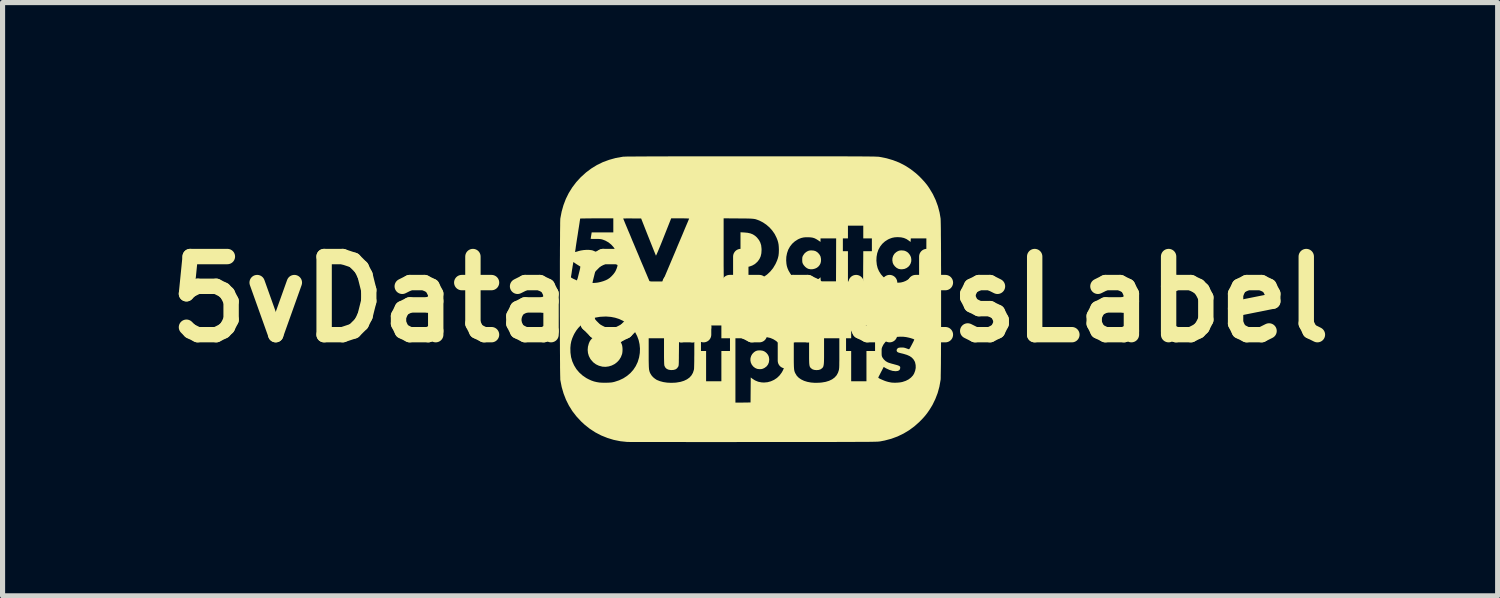
<source format=kicad_pcb>
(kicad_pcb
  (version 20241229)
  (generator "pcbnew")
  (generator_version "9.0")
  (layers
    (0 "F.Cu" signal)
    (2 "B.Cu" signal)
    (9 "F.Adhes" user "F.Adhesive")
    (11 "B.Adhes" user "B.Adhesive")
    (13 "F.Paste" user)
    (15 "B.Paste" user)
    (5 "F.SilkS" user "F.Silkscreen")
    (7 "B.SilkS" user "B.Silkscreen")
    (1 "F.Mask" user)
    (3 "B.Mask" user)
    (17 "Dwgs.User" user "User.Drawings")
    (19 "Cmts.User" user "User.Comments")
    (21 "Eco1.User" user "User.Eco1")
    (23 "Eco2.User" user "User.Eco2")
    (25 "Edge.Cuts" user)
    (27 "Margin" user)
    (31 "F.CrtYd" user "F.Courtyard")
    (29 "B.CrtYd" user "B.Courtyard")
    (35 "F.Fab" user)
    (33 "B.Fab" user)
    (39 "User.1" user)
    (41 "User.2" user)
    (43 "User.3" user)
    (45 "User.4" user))
  (footprint "5vDataOutputsLabel"
    (layer "F.Cu")
    (at 11.582 2.789)
    (property "Reference" "5vDataOutputsLabel" (at 0 0 0) (layer "F.SilkS") (effects (font (size 1.524 1.524) (thickness 0.3))))
    (attr board_only exclude_from_pos_files exclude_from_bom)
    (fp_poly (pts (xy -0.114 -1.304) (xy -0.049 -1.298) (xy 0.006 -1.286) (xy 0.054 -1.267) (xy 0.096 -1.24) (xy 0.135 -1.205) (xy 0.136 -1.203) (xy 0.173 -1.157) (xy 0.199 -1.108) (xy 0.216 -1.054) (xy 0.223 -0.992) (xy 0.224 -0.964) (xy 0.22 -0.898) (xy 0.207 -0.84) (xy 0.184 -0.789) (xy 0.152 -0.743) (xy 0.134 -0.724) (xy 0.09 -0.686) (xy 0.042 -0.659) (xy -0.011 -0.64) (xy -0.072 -0.63) (xy -0.123 -0.628) (xy -0.187 -0.628) (xy -0.187 -1.308)) (stroke (width 0) (type solid)) (fill yes) (layer "F.SilkS"))
    (fp_poly (pts (xy 3.005 -0.95) (xy 3.043 -0.936) (xy 3.078 -0.913) (xy 3.09 -0.901) (xy 3.119 -0.864) (xy 3.138 -0.824) (xy 3.145 -0.783) (xy 3.144 -0.742) (xy 3.133 -0.702) (xy 3.114 -0.666) (xy 3.087 -0.635) (xy 3.052 -0.61) (xy 3.011 -0.593) (xy 2.97 -0.587) (xy 2.935 -0.587) (xy 2.905 -0.592) (xy 2.892 -0.596) (xy 2.858 -0.614) (xy 2.826 -0.642) (xy 2.8 -0.675) (xy 2.783 -0.711) (xy 2.783 -0.713) (xy 2.775 -0.761) (xy 2.778 -0.807) (xy 2.792 -0.85) (xy 2.816 -0.889) (xy 2.85 -0.92) (xy 2.878 -0.937) (xy 2.901 -0.947) (xy 2.921 -0.952) (xy 2.945 -0.954) (xy 2.96 -0.954)) (stroke (width 0) (type solid)) (fill yes) (layer "F.SilkS"))
    (fp_poly (pts (xy 0.202 0.996) (xy 0.243 1.002) (xy 0.276 1.014) (xy 0.308 1.036) (xy 0.324 1.051) (xy 0.35 1.084) (xy 0.366 1.121) (xy 0.373 1.165) (xy 0.373 1.181) (xy 0.367 1.229) (xy 0.35 1.271) (xy 0.323 1.307) (xy 0.285 1.336) (xy 0.272 1.343) (xy 0.247 1.354) (xy 0.226 1.36) (xy 0.201 1.362) (xy 0.193 1.362) (xy 0.169 1.361) (xy 0.148 1.358) (xy 0.137 1.356) (xy 0.098 1.339) (xy 0.062 1.311) (xy 0.06 1.309) (xy 0.032 1.273) (xy 0.014 1.233) (xy 0.006 1.19) (xy 0.008 1.147) (xy 0.021 1.104) (xy 0.043 1.066) (xy 0.075 1.033) (xy 0.076 1.032) (xy 0.106 1.012) (xy 0.137 1) (xy 0.174 0.996)) (stroke (width 0) (type solid)) (fill yes) (layer "F.SilkS"))
    (fp_poly (pts (xy 1.245 -0.95) (xy 1.282 -0.938) (xy 1.315 -0.916) (xy 1.33 -0.902) (xy 1.357 -0.869) (xy 1.374 -0.836) (xy 1.382 -0.798) (xy 1.384 -0.768) (xy 1.381 -0.73) (xy 1.372 -0.698) (xy 1.356 -0.668) (xy 1.336 -0.643) (xy 1.305 -0.617) (xy 1.267 -0.599) (xy 1.225 -0.588) (xy 1.181 -0.586) (xy 1.138 -0.594) (xy 1.138 -0.594) (xy 1.107 -0.609) (xy 1.077 -0.632) (xy 1.05 -0.662) (xy 1.034 -0.686) (xy 1.025 -0.705) (xy 1.02 -0.722) (xy 1.018 -0.743) (xy 1.017 -0.771) (xy 1.017 -0.771) (xy 1.018 -0.801) (xy 1.02 -0.822) (xy 1.026 -0.839) (xy 1.031 -0.85) (xy 1.058 -0.891) (xy 1.091 -0.921) (xy 1.118 -0.937) (xy 1.141 -0.947) (xy 1.161 -0.952) (xy 1.186 -0.954) (xy 1.2 -0.954)) (stroke (width 0) (type solid)) (fill yes) (layer "F.SilkS"))
    (fp_poly (pts (xy -2.766 0.653) (xy -2.707 0.67) (xy -2.652 0.697) (xy -2.603 0.732) (xy -2.56 0.775) (xy -2.526 0.825) (xy -2.502 0.88) (xy -2.497 0.896) (xy -2.491 0.93) (xy -2.488 0.969) (xy -2.489 1.01) (xy -2.493 1.048) (xy -2.498 1.07) (xy -2.521 1.129) (xy -2.554 1.182) (xy -2.596 1.227) (xy -2.645 1.264) (xy -2.699 1.291) (xy -2.758 1.309) (xy -2.82 1.317) (xy -2.884 1.313) (xy -2.887 1.312) (xy -2.95 1.295) (xy -3.007 1.268) (xy -3.058 1.23) (xy -3.102 1.181) (xy -3.117 1.16) (xy -3.145 1.106) (xy -3.162 1.048) (xy -3.168 0.987) (xy -3.163 0.926) (xy -3.147 0.865) (xy -3.13 0.824) (xy -3.112 0.796) (xy -3.085 0.765) (xy -3.054 0.734) (xy -3.021 0.708) (xy -2.99 0.688) (xy -2.985 0.685) (xy -2.942 0.668) (xy -2.895 0.655) (xy -2.848 0.648) (xy -2.827 0.647)) (stroke (width 0) (type solid)) (fill yes) (layer "F.SilkS"))
    (fp_poly (pts (xy 0.22 -2.789) (xy 0.416 -2.789) (xy 0.6 -2.789) (xy 0.772 -2.789) (xy 0.934 -2.789) (xy 1.085 -2.789) (xy 1.226 -2.789) (xy 1.357 -2.789) (xy 1.479 -2.789) (xy 1.591 -2.789) (xy 1.695 -2.789) (xy 1.79 -2.789) (xy 1.878 -2.789) (xy 1.958 -2.788) (xy 2.031 -2.788) (xy 2.096 -2.788) (xy 2.156 -2.788) (xy 2.209 -2.787) (xy 2.257 -2.787) (xy 2.299 -2.787) (xy 2.336 -2.786) (xy 2.369 -2.786) (xy 2.397 -2.785) (xy 2.422 -2.785) (xy 2.443 -2.784) (xy 2.461 -2.783) (xy 2.476 -2.783) (xy 2.489 -2.782) (xy 2.5 -2.781) (xy 2.509 -2.781) (xy 2.517 -2.78) (xy 2.524 -2.779) (xy 2.528 -2.778) (xy 2.661 -2.752) (xy 2.787 -2.715) (xy 2.908 -2.668) (xy 3.023 -2.609) (xy 3.131 -2.54) (xy 3.235 -2.459) (xy 3.305 -2.395) (xy 3.36 -2.338) (xy 3.408 -2.285) (xy 3.452 -2.231) (xy 3.493 -2.172) (xy 3.498 -2.164) (xy 3.565 -2.053) (xy 3.62 -1.937) (xy 3.664 -1.817) (xy 3.697 -1.692) (xy 3.716 -1.58) (xy 3.717 -1.566) (xy 3.718 -1.54) (xy 3.719 -1.503) (xy 3.72 -1.456) (xy 3.721 -1.399) (xy 3.722 -1.333) (xy 3.722 -1.258) (xy 3.723 -1.176) (xy 3.724 -1.087) (xy 3.724 -0.991) (xy 3.725 -0.889) (xy 3.725 -0.783) (xy 3.725 -0.672) (xy 3.726 -0.557) (xy 3.726 -0.439) (xy 3.726 -0.319) (xy 3.726 -0.197) (xy 3.726 -0.074) (xy 3.726 0.049) (xy 3.726 0.172) (xy 3.726 0.295) (xy 3.726 0.415) (xy 3.726 0.533) (xy 3.725 0.648) (xy 3.725 0.76) (xy 3.725 0.867) (xy 3.724 0.97) (xy 3.724 1.066) (xy 3.723 1.157) (xy 3.723 1.24) (xy 3.722 1.316) (xy 3.721 1.383) (xy 3.72 1.442) (xy 3.719 1.491) (xy 3.719 1.529) (xy 3.718 1.556) (xy 3.717 1.572) (xy 3.716 1.574) (xy 3.693 1.703) (xy 3.659 1.828) (xy 3.613 1.947) (xy 3.557 2.062) (xy 3.498 2.158) (xy 3.457 2.217) (xy 3.414 2.272) (xy 3.367 2.325) (xy 3.312 2.381) (xy 3.305 2.389) (xy 3.206 2.477) (xy 3.103 2.553) (xy 2.993 2.619) (xy 2.877 2.675) (xy 2.755 2.72) (xy 2.627 2.754) (xy 2.534 2.772) (xy 2.528 2.773) (xy 2.521 2.773) (xy 2.513 2.774) (xy 2.503 2.775) (xy 2.492 2.776) (xy 2.478 2.777) (xy 2.461 2.777) (xy 2.442 2.778) (xy 2.419 2.778) (xy 2.393 2.779) (xy 2.362 2.779) (xy 2.327 2.78) (xy 2.287 2.78) (xy 2.241 2.781) (xy 2.19 2.781) (xy 2.133 2.781) (xy 2.07 2.781) (xy 2 2.782) (xy 1.923 2.782) (xy 1.838 2.782) (xy 1.746 2.782) (xy 1.645 2.783) (xy 1.536 2.783) (xy 1.418 2.783) (xy 1.29 2.783) (xy 1.153 2.783) (xy 1.005 2.783) (xy 0.847 2.783) (xy 0.678 2.783) (xy 0.498 2.783) (xy 0.307 2.783) (xy 0.103 2.783) (xy 0.05 2.783) (xy -0.123 2.783) (xy -0.293 2.784) (xy -0.46 2.784) (xy -0.622 2.784) (xy -0.78 2.784) (xy -0.934 2.784) (xy -1.082 2.784) (xy -1.225 2.784) (xy -1.361 2.783) (xy -1.491 2.783) (xy -1.615 2.783) (xy -1.73 2.783) (xy -1.839 2.783) (xy -1.938 2.783) (xy -2.03 2.783) (xy -2.112 2.783) (xy -2.185 2.783) (xy -2.247 2.783) (xy -2.3 2.783) (xy -2.342 2.783) (xy -2.372 2.782) (xy -2.391 2.782) (xy -2.398 2.782) (xy -2.53 2.768) (xy -2.659 2.742) (xy -2.783 2.704) (xy -2.903 2.656) (xy -3.018 2.596) (xy -3.126 2.526) (xy -3.228 2.445) (xy -3.296 2.382) (xy -3.387 2.284) (xy -3.466 2.182) (xy -3.534 2.073) (xy -3.563 2.015) (xy -0.286 2.015) (xy -0.138 2.014) (xy 0.009 2.012) (xy 0.011 1.768) (xy 0.013 1.524) (xy 0.044 1.548) (xy 0.097 1.582) (xy 0.157 1.607) (xy 0.221 1.62) (xy 0.271 1.623) (xy 0.34 1.617) (xy 0.406 1.599) (xy 0.468 1.571) (xy 0.525 1.533) (xy 0.574 1.486) (xy 0.616 1.43) (xy 0.637 1.393) (xy 0.658 1.347) (xy 0.672 1.306) (xy 0.681 1.267) (xy 0.685 1.223) (xy 0.686 1.179) (xy 0.686 1.139) (xy 0.684 1.108) (xy 0.679 1.08) (xy 0.673 1.055) (xy 0.671 1.051) (xy 0.852 1.051) (xy 0.852 1.124) (xy 0.852 1.185) (xy 0.853 1.237) (xy 0.854 1.28) (xy 0.855 1.315) (xy 0.857 1.343) (xy 0.859 1.367) (xy 0.862 1.386) (xy 0.866 1.403) (xy 0.871 1.418) (xy 0.877 1.433) (xy 0.884 1.446) (xy 0.911 1.491) (xy 0.949 1.53) (xy 0.997 1.563) (xy 1.053 1.59) (xy 1.117 1.61) (xy 1.188 1.623) (xy 1.265 1.629) (xy 1.347 1.627) (xy 1.396 1.623) (xy 1.474 1.61) (xy 1.542 1.589) (xy 1.6 1.561) (xy 1.648 1.526) (xy 1.687 1.483) (xy 1.715 1.432) (xy 1.732 1.38) (xy 1.734 1.368) (xy 1.736 1.353) (xy 1.738 1.334) (xy 1.739 1.31) (xy 1.74 1.279) (xy 1.74 1.24) (xy 1.741 1.193) (xy 1.741 1.135) (xy 1.741 1.067) (xy 1.741 1.05) (xy 1.741 1.008) (xy 1.872 1.008) (xy 1.972 1.008) (xy 1.972 1.598) (xy 2.27 1.598) (xy 2.27 1.528) (xy 2.5 1.528) (xy 2.506 1.534) (xy 2.52 1.543) (xy 2.542 1.554) (xy 2.569 1.566) (xy 2.597 1.578) (xy 2.626 1.59) (xy 2.652 1.599) (xy 2.669 1.604) (xy 2.698 1.612) (xy 2.728 1.618) (xy 2.753 1.623) (xy 2.788 1.626) (xy 2.831 1.627) (xy 2.877 1.625) (xy 2.922 1.621) (xy 2.962 1.614) (xy 2.974 1.611) (xy 3.037 1.59) (xy 3.092 1.562) (xy 3.139 1.526) (xy 3.177 1.485) (xy 3.199 1.449) (xy 3.22 1.394) (xy 3.231 1.339) (xy 3.23 1.284) (xy 3.219 1.231) (xy 3.209 1.207) (xy 3.185 1.168) (xy 3.153 1.135) (xy 3.112 1.107) (xy 3.06 1.084) (xy 2.998 1.065) (xy 2.979 1.06) (xy 2.949 1.053) (xy 2.921 1.046) (xy 2.899 1.039) (xy 2.888 1.036) (xy 2.868 1.022) (xy 2.859 1.004) (xy 2.86 0.983) (xy 2.873 0.962) (xy 2.88 0.955) (xy 2.89 0.948) (xy 2.905 0.944) (xy 2.927 0.941) (xy 2.944 0.94) (xy 2.975 0.94) (xy 2.999 0.942) (xy 3.023 0.948) (xy 3.042 0.954) (xy 3.065 0.963) (xy 3.084 0.969) (xy 3.096 0.974) (xy 3.097 0.974) (xy 3.103 0.972) (xy 3.111 0.963) (xy 3.122 0.945) (xy 3.137 0.918) (xy 3.155 0.884) (xy 3.171 0.853) (xy 3.185 0.826) (xy 3.195 0.804) (xy 3.201 0.79) (xy 3.203 0.785) (xy 3.197 0.78) (xy 3.182 0.773) (xy 3.158 0.765) (xy 3.13 0.756) (xy 3.098 0.748) (xy 3.066 0.741) (xy 3.041 0.736) (xy 2.988 0.73) (xy 2.931 0.729) (xy 2.873 0.732) (xy 2.821 0.74) (xy 2.793 0.746) (xy 2.731 0.769) (xy 2.68 0.797) (xy 2.638 0.834) (xy 2.604 0.878) (xy 2.589 0.906) (xy 2.579 0.927) (xy 2.572 0.944) (xy 2.568 0.959) (xy 2.566 0.977) (xy 2.566 1.001) (xy 2.566 1.029) (xy 2.566 1.062) (xy 2.567 1.085) (xy 2.569 1.102) (xy 2.573 1.115) (xy 2.579 1.129) (xy 2.582 1.135) (xy 2.609 1.173) (xy 2.645 1.206) (xy 2.684 1.229) (xy 2.702 1.236) (xy 2.729 1.245) (xy 2.762 1.255) (xy 2.797 1.264) (xy 2.811 1.268) (xy 2.852 1.279) (xy 2.883 1.288) (xy 2.904 1.297) (xy 2.918 1.306) (xy 2.926 1.316) (xy 2.929 1.328) (xy 2.929 1.335) (xy 2.924 1.363) (xy 2.91 1.383) (xy 2.885 1.396) (xy 2.85 1.401) (xy 2.839 1.402) (xy 2.781 1.396) (xy 2.721 1.378) (xy 2.66 1.35) (xy 2.633 1.335) (xy 2.607 1.318) (xy 2.554 1.42) (xy 2.537 1.453) (xy 2.522 1.482) (xy 2.51 1.505) (xy 2.503 1.522) (xy 2.5 1.528) (xy 2.27 1.528) (xy 2.27 1.008) (xy 2.438 1.008) (xy 2.438 0.759) (xy 2.27 0.759) (xy 2.27 0.51) (xy 1.972 0.51) (xy 1.972 0.759) (xy 1.872 0.759) (xy 1.872 1.008) (xy 1.741 1.008) (xy 1.741 0.759) (xy 1.443 0.759) (xy 1.443 1.01) (xy 1.443 1.078) (xy 1.443 1.136) (xy 1.442 1.183) (xy 1.441 1.222) (xy 1.439 1.253) (xy 1.436 1.277) (xy 1.432 1.296) (xy 1.428 1.311) (xy 1.422 1.323) (xy 1.415 1.333) (xy 1.406 1.343) (xy 1.403 1.345) (xy 1.376 1.365) (xy 1.341 1.377) (xy 1.298 1.381) (xy 1.297 1.381) (xy 1.254 1.377) (xy 1.219 1.366) (xy 1.191 1.346) (xy 1.187 1.343) (xy 1.179 1.334) (xy 1.172 1.325) (xy 1.166 1.314) (xy 1.161 1.301) (xy 1.158 1.284) (xy 1.155 1.262) (xy 1.153 1.234) (xy 1.152 1.199) (xy 1.151 1.155) (xy 1.151 1.101) (xy 1.151 1.037) (xy 1.151 1.011) (xy 1.151 0.759) (xy 0.852 0.759) (xy 0.852 1.051) (xy 0.671 1.051) (xy 0.647 0.985) (xy 0.613 0.923) (xy 0.57 0.869) (xy 0.56 0.858) (xy 0.507 0.812) (xy 0.453 0.778) (xy 0.396 0.754) (xy 0.334 0.74) (xy 0.286 0.735) (xy 0.219 0.737) (xy 0.159 0.748) (xy 0.106 0.769) (xy 0.058 0.801) (xy 0.044 0.812) (xy 0.012 0.841) (xy 0.012 0.759) (xy -0.286 0.759) (xy -0.286 2.015) (xy -3.563 2.015) (xy -3.591 1.959) (xy -3.638 1.838) (xy -3.675 1.711) (xy -3.701 1.577) (xy -3.702 1.57) (xy -3.703 1.558) (xy -3.703 1.533) (xy -3.704 1.498) (xy -3.705 1.451) (xy -3.706 1.396) (xy -3.707 1.331) (xy -3.707 1.257) (xy -3.708 1.176) (xy -3.708 1.088) (xy -3.709 0.993) (xy -3.709 0.949) (xy -3.506 0.949) (xy -3.504 1.04) (xy -3.492 1.128) (xy -3.468 1.211) (xy -3.433 1.289) (xy -3.388 1.362) (xy -3.333 1.427) (xy -3.269 1.485) (xy -3.196 1.535) (xy -3.155 1.557) (xy -3.099 1.583) (xy -3.045 1.602) (xy -2.99 1.615) (xy -2.932 1.624) (xy -2.866 1.627) (xy -2.811 1.627) (xy -2.768 1.626) (xy -2.734 1.624) (xy -2.706 1.622) (xy -2.682 1.618) (xy -2.659 1.613) (xy -2.643 1.609) (xy -2.555 1.58) (xy -2.474 1.542) (xy -2.4 1.494) (xy -2.335 1.439) (xy -2.278 1.375) (xy -2.231 1.304) (xy -2.194 1.227) (xy -2.191 1.219) (xy -2.165 1.133) (xy -2.152 1.053) (xy -1.978 1.053) (xy -1.978 1.125) (xy -1.978 1.187) (xy -1.977 1.238) (xy -1.976 1.28) (xy -1.975 1.315) (xy -1.973 1.344) (xy -1.971 1.367) (xy -1.967 1.387) (xy -1.963 1.403) (xy -1.958 1.419) (xy -1.952 1.434) (xy -1.944 1.449) (xy -1.942 1.453) (xy -1.922 1.485) (xy -1.893 1.518) (xy -1.858 1.547) (xy -1.822 1.571) (xy -1.818 1.573) (xy -1.76 1.596) (xy -1.693 1.614) (xy -1.62 1.625) (xy -1.542 1.629) (xy -1.462 1.626) (xy -1.434 1.623) (xy -1.357 1.61) (xy -1.289 1.589) (xy -1.231 1.561) (xy -1.182 1.526) (xy -1.144 1.484) (xy -1.115 1.434) (xy -1.097 1.378) (xy -1.095 1.369) (xy -1.093 1.355) (xy -1.092 1.329) (xy -1.091 1.294) (xy -1.09 1.249) (xy -1.089 1.196) (xy -1.089 1.137) (xy -1.088 1.072) (xy -1.088 1.047) (xy -1.088 1.008) (xy -0.958 1.008) (xy -0.858 1.008) (xy -0.858 1.598) (xy -0.56 1.598) (xy -0.56 1.008) (xy -0.392 1.008) (xy -0.392 0.759) (xy -0.56 0.759) (xy -0.56 0.51) (xy -0.858 0.51) (xy -0.858 0.759) (xy -0.958 0.759) (xy -0.958 1.008) (xy -1.088 1.008) (xy -1.088 0.759) (xy -1.386 0.759) (xy -1.388 1.025) (xy -1.389 1.089) (xy -1.389 1.142) (xy -1.39 1.186) (xy -1.39 1.22) (xy -1.391 1.247) (xy -1.392 1.267) (xy -1.393 1.282) (xy -1.395 1.294) (xy -1.397 1.302) (xy -1.4 1.309) (xy -1.403 1.316) (xy -1.404 1.316) (xy -1.425 1.346) (xy -1.454 1.366) (xy -1.491 1.377) (xy -1.537 1.38) (xy -1.544 1.38) (xy -1.589 1.373) (xy -1.624 1.358) (xy -1.65 1.335) (xy -1.668 1.303) (xy -1.673 1.288) (xy -1.674 1.276) (xy -1.676 1.253) (xy -1.677 1.22) (xy -1.678 1.177) (xy -1.679 1.126) (xy -1.679 1.069) (xy -1.679 1.012) (xy -1.679 0.759) (xy -1.978 0.759) (xy -1.978 1.053) (xy -2.152 1.053) (xy -2.151 1.047) (xy -2.148 0.961) (xy -2.156 0.877) (xy -2.174 0.795) (xy -2.203 0.717) (xy -2.241 0.644) (xy -2.289 0.576) (xy -2.347 0.514) (xy -2.413 0.46) (xy -2.482 0.418) (xy -2.556 0.383) (xy -2.632 0.359) (xy -2.713 0.343) (xy -2.8 0.336) (xy -2.83 0.336) (xy -2.928 0.341) (xy -3.019 0.357) (xy -3.104 0.384) (xy -3.183 0.421) (xy -3.256 0.469) (xy -3.305 0.511) (xy -3.351 0.558) (xy -3.39 0.608) (xy -3.425 0.665) (xy -3.443 0.7) (xy -3.469 0.76) (xy -3.488 0.819) (xy -3.5 0.88) (xy -3.506 0.948) (xy -3.506 0.949) (xy -3.709 0.949) (xy -3.709 0.892) (xy -3.71 0.787) (xy -3.71 0.677) (xy -3.71 0.563) (xy -3.71 0.446) (xy -3.711 0.326) (xy -3.711 0.205) (xy -3.711 0.083) (xy -3.711 -0.04) (xy -3.711 -0.163) (xy -3.711 -0.285) (xy -3.71 -0.405) (xy -3.71 -0.435) (xy -3.494 -0.435) (xy -3.492 -0.427) (xy -3.485 -0.42) (xy -3.47 -0.412) (xy -3.448 -0.4) (xy -3.36 -0.361) (xy -3.267 -0.334) (xy -3.194 -0.321) (xy -3.164 -0.319) (xy -3.125 -0.318) (xy -3.083 -0.318) (xy -3.04 -0.32) (xy -3.001 -0.323) (xy -2.971 -0.327) (xy -2.969 -0.327) (xy -2.915 -0.339) (xy -2.861 -0.355) (xy -2.812 -0.374) (xy -2.775 -0.393) (xy -2.738 -0.418) (xy -2.701 -0.452) (xy -2.666 -0.49) (xy -2.638 -0.528) (xy -2.623 -0.554) (xy -2.603 -0.6) (xy -2.589 -0.644) (xy -2.582 -0.691) (xy -2.579 -0.745) (xy -2.579 -0.749) (xy -2.582 -0.808) (xy -2.59 -0.86) (xy -2.605 -0.909) (xy -2.625 -0.956) (xy -2.661 -1.015) (xy -2.707 -1.066) (xy -2.761 -1.11) (xy -2.823 -1.145) (xy -2.864 -1.161) (xy -2.884 -1.168) (xy -2.901 -1.172) (xy -2.919 -1.175) (xy -2.94 -1.177) (xy -2.966 -1.178) (xy -3.002 -1.178) (xy -3.012 -1.178) (xy -3.11 -1.179) (xy -3.106 -1.203) (xy -3.103 -1.224) (xy -3.099 -1.249) (xy -3.096 -1.267) (xy -3.09 -1.306) (xy -2.668 -1.306) (xy -2.668 -1.576) (xy -2.475 -1.576) (xy -2.473 -1.57) (xy -2.466 -1.553) (xy -2.455 -1.527) (xy -2.441 -1.492) (xy -2.423 -1.449) (xy -2.402 -1.399) (xy -2.379 -1.343) (xy -2.353 -1.283) (xy -2.326 -1.218) (xy -2.298 -1.149) (xy -2.268 -1.079) (xy -2.238 -1.007) (xy -2.208 -0.935) (xy -2.177 -0.863) (xy -2.148 -0.792) (xy -2.119 -0.723) (xy -2.091 -0.658) (xy -2.065 -0.597) (xy -2.042 -0.541) (xy -2.02 -0.49) (xy -2.002 -0.447) (xy -1.987 -0.411) (xy -1.975 -0.384) (xy -1.968 -0.366) (xy -1.964 -0.359) (xy -1.961 -0.355) (xy -1.956 -0.353) (xy -1.946 -0.351) (xy -1.93 -0.349) (xy -1.907 -0.349) (xy -1.875 -0.348) (xy -1.832 -0.348) (xy -1.706 -0.348) (xy -1.448 -0.958) (xy -1.414 -1.041) (xy -1.38 -1.121) (xy -1.348 -1.196) (xy -1.318 -1.267) (xy -1.291 -1.332) (xy -1.266 -1.392) (xy -1.244 -1.444) (xy -1.225 -1.488) (xy -1.21 -1.524) (xy -1.199 -1.551) (xy -1.191 -1.568) (xy -1.189 -1.574) (xy -1.194 -1.576) (xy -1.211 -1.577) (xy -1.237 -1.578) (xy -1.272 -1.579) (xy -1.314 -1.58) (xy -1.361 -1.58) (xy -1.363 -1.58) (xy -1.539 -1.58) (xy -1.685 -1.212) (xy -1.719 -1.126) (xy -1.749 -1.052) (xy -1.775 -0.99) (xy -1.796 -0.939) (xy -1.813 -0.9) (xy -1.825 -0.873) (xy -1.833 -0.857) (xy -1.837 -0.853) (xy -1.837 -0.853) (xy -1.84 -0.86) (xy -1.847 -0.878) (xy -1.858 -0.905) (xy -1.873 -0.941) (xy -1.89 -0.984) (xy -1.91 -1.034) (xy -1.932 -1.089) (xy -1.956 -1.149) (xy -1.981 -1.212) (xy -1.984 -1.219) (xy -2.125 -1.577) (xy -2.3 -1.578) (xy -2.346 -1.579) (xy -2.386 -1.579) (xy -2.421 -1.578) (xy -2.449 -1.578) (xy -2.467 -1.577) (xy -2.475 -1.576) (xy -2.475 -1.576) (xy -2.668 -1.576) (xy -2.668 -1.58) (xy -2.992 -1.58) (xy -3.054 -1.58) (xy -3.112 -1.579) (xy -3.165 -1.579) (xy -3.212 -1.578) (xy -3.251 -1.578) (xy -3.282 -1.577) (xy -3.304 -1.576) (xy -3.314 -1.575) (xy -3.315 -1.575) (xy -3.316 -1.568) (xy -3.318 -1.55) (xy -3.323 -1.522) (xy -3.328 -1.485) (xy -3.335 -1.441) (xy -3.343 -1.39) (xy -3.352 -1.334) (xy -3.361 -1.273) (xy -3.365 -1.248) (xy -3.375 -1.186) (xy -3.384 -1.128) (xy -3.392 -1.075) (xy -3.399 -1.028) (xy -3.404 -0.988) (xy -3.409 -0.957) (xy -3.412 -0.935) (xy -3.413 -0.924) (xy -3.413 -0.923) (xy -3.406 -0.923) (xy -3.39 -0.928) (xy -3.368 -0.934) (xy -3.355 -0.939) (xy -3.303 -0.952) (xy -3.247 -0.961) (xy -3.19 -0.965) (xy -3.136 -0.964) (xy -3.088 -0.958) (xy -3.069 -0.953) (xy -3.024 -0.934) (xy -2.984 -0.908) (xy -2.95 -0.876) (xy -2.928 -0.844) (xy -2.92 -0.826) (xy -2.916 -0.806) (xy -2.914 -0.78) (xy -2.914 -0.768) (xy -2.914 -0.741) (xy -2.917 -0.721) (xy -2.922 -0.704) (xy -2.932 -0.685) (xy -2.932 -0.685) (xy -2.96 -0.647) (xy -2.995 -0.618) (xy -3.038 -0.6) (xy -3.089 -0.59) (xy -3.116 -0.589) (xy -3.183 -0.595) (xy -3.251 -0.613) (xy -3.319 -0.644) (xy -3.388 -0.687) (xy -3.398 -0.694) (xy -3.419 -0.708) (xy -3.435 -0.72) (xy -3.446 -0.726) (xy -3.448 -0.727) (xy -3.449 -0.72) (xy -3.452 -0.703) (xy -3.456 -0.678) (xy -3.462 -0.645) (xy -3.467 -0.608) (xy -3.47 -0.594) (xy -3.476 -0.554) (xy -3.481 -0.517) (xy -3.486 -0.485) (xy -3.49 -0.461) (xy -3.493 -0.446) (xy -3.493 -0.444) (xy -3.494 -0.435) (xy -3.71 -0.435) (xy -3.71 -0.523) (xy -3.71 -0.638) (xy -3.71 -0.75) (xy -3.709 -0.858) (xy -3.709 -0.96) (xy -3.708 -1.057) (xy -3.708 -1.148) (xy -3.707 -1.232) (xy -3.707 -1.309) (xy -3.706 -1.377) (xy -3.705 -1.437) (xy -3.705 -1.487) (xy -3.704 -1.527) (xy -3.703 -1.556) (xy -3.702 -1.573) (xy -3.702 -1.577) (xy -3.701 -1.58) (xy -0.516 -1.58) (xy -0.516 -0.968) (xy -0.516 -0.882) (xy -0.516 -0.8) (xy -0.516 -0.721) (xy -0.516 -0.648) (xy -0.515 -0.581) (xy -0.515 -0.521) (xy -0.514 -0.469) (xy -0.514 -0.425) (xy -0.513 -0.391) (xy -0.513 -0.367) (xy -0.512 -0.354) (xy -0.512 -0.352) (xy -0.505 -0.351) (xy -0.486 -0.35) (xy -0.458 -0.35) (xy -0.422 -0.349) (xy -0.378 -0.349) (xy -0.328 -0.349) (xy -0.273 -0.349) (xy -0.23 -0.35) (xy -0.164 -0.35) (xy -0.108 -0.351) (xy -0.063 -0.352) (xy -0.026 -0.353) (xy 0.004 -0.354) (xy 0.027 -0.355) (xy 0.046 -0.356) (xy 0.061 -0.358) (xy 0.074 -0.361) (xy 0.086 -0.363) (xy 0.094 -0.366) (xy 0.181 -0.395) (xy 0.26 -0.434) (xy 0.331 -0.483) (xy 0.393 -0.541) (xy 0.448 -0.608) (xy 0.494 -0.685) (xy 0.501 -0.699) (xy 0.525 -0.753) (xy 0.526 -0.755) (xy 0.704 -0.755) (xy 0.705 -0.747) (xy 0.709 -0.694) (xy 0.717 -0.649) (xy 0.73 -0.607) (xy 0.749 -0.563) (xy 0.752 -0.557) (xy 0.789 -0.495) (xy 0.832 -0.443) (xy 0.884 -0.4) (xy 0.942 -0.367) (xy 0.97 -0.355) (xy 0.998 -0.344) (xy 1.022 -0.337) (xy 1.026 -0.336) (xy 1.048 -0.332) (xy 1.066 -0.329) (xy 1.073 -0.327) (xy 1.099 -0.325) (xy 1.132 -0.325) (xy 1.167 -0.327) (xy 1.199 -0.332) (xy 1.201 -0.332) (xy 1.255 -0.349) (xy 1.305 -0.375) (xy 1.345 -0.404) (xy 1.374 -0.43) (xy 1.376 -0.391) (xy 1.378 -0.351) (xy 1.676 -0.351) (xy 1.678 -0.77) (xy 1.678 -0.939) (xy 1.81 -0.939) (xy 1.909 -0.939) (xy 1.909 -0.348) (xy 2.057 -0.35) (xy 2.205 -0.351) (xy 2.206 -0.645) (xy 2.207 -0.75) (xy 2.464 -0.75) (xy 2.465 -0.746) (xy 2.472 -0.675) (xy 2.488 -0.61) (xy 2.514 -0.55) (xy 2.551 -0.491) (xy 2.559 -0.481) (xy 2.596 -0.44) (xy 2.641 -0.403) (xy 2.692 -0.372) (xy 2.744 -0.348) (xy 2.786 -0.337) (xy 2.808 -0.332) (xy 2.826 -0.329) (xy 2.833 -0.327) (xy 2.859 -0.325) (xy 2.892 -0.325) (xy 2.927 -0.327) (xy 2.948 -0.33) (xy 2.991 -0.341) (xy 3.036 -0.359) (xy 3.077 -0.383) (xy 3.105 -0.404) (xy 3.134 -0.43) (xy 3.136 -0.391) (xy 3.138 -0.351) (xy 3.436 -0.351) (xy 3.438 -0.77) (xy 3.439 -1.188) (xy 3.135 -1.188) (xy 3.131 -1.119) (xy 3.097 -1.145) (xy 3.05 -1.176) (xy 3 -1.197) (xy 2.945 -1.209) (xy 2.882 -1.213) (xy 2.88 -1.213) (xy 2.823 -1.21) (xy 2.772 -1.2) (xy 2.724 -1.183) (xy 2.691 -1.168) (xy 2.631 -1.13) (xy 2.579 -1.083) (xy 2.537 -1.029) (xy 2.503 -0.967) (xy 2.48 -0.9) (xy 2.467 -0.827) (xy 2.464 -0.75) (xy 2.207 -0.75) (xy 2.208 -0.939) (xy 2.376 -0.939) (xy 2.376 -1.188) (xy 2.208 -1.188) (xy 2.208 -1.437) (xy 1.909 -1.437) (xy 1.909 -1.188) (xy 1.81 -1.188) (xy 1.81 -0.939) (xy 1.678 -0.939) (xy 1.679 -1.188) (xy 1.374 -1.188) (xy 1.374 -1.12) (xy 1.326 -1.153) (xy 1.29 -1.175) (xy 1.258 -1.191) (xy 1.224 -1.202) (xy 1.187 -1.208) (xy 1.141 -1.211) (xy 1.138 -1.211) (xy 1.084 -1.211) (xy 1.038 -1.206) (xy 0.996 -1.196) (xy 0.953 -1.179) (xy 0.931 -1.168) (xy 0.872 -1.13) (xy 0.821 -1.084) (xy 0.778 -1.029) (xy 0.744 -0.968) (xy 0.721 -0.901) (xy 0.707 -0.83) (xy 0.704 -0.755) (xy 0.526 -0.755) (xy 0.542 -0.801) (xy 0.554 -0.849) (xy 0.56 -0.901) (xy 0.562 -0.959) (xy 0.562 -0.97) (xy 0.56 -1.023) (xy 0.556 -1.068) (xy 0.548 -1.109) (xy 0.536 -1.151) (xy 0.518 -1.197) (xy 0.515 -1.204) (xy 0.48 -1.274) (xy 0.434 -1.34) (xy 0.38 -1.401) (xy 0.318 -1.455) (xy 0.252 -1.5) (xy 0.182 -1.536) (xy 0.174 -1.539) (xy 0.153 -1.547) (xy 0.134 -1.554) (xy 0.116 -1.56) (xy 0.099 -1.565) (xy 0.08 -1.568) (xy 0.058 -1.571) (xy 0.032 -1.573) (xy 0.001 -1.575) (xy -0.037 -1.576) (xy -0.082 -1.577) (xy -0.138 -1.577) (xy -0.203 -1.578) (xy -0.229 -1.578) (xy -0.516 -1.58) (xy -3.701 -1.58) (xy -3.676 -1.711) (xy -3.64 -1.838) (xy -3.594 -1.959) (xy -3.537 -2.074) (xy -3.469 -2.183) (xy -3.391 -2.286) (xy -3.301 -2.384) (xy -3.296 -2.388) (xy -3.199 -2.476) (xy -3.096 -2.553) (xy -2.987 -2.62) (xy -2.872 -2.676) (xy -2.75 -2.721) (xy -2.621 -2.757) (xy -2.485 -2.781) (xy -2.485 -2.781) (xy -2.478 -2.782) (xy -2.466 -2.783) (xy -2.45 -2.783) (xy -2.429 -2.784) (xy -2.403 -2.785) (xy -2.372 -2.785) (xy -2.334 -2.786) (xy -2.291 -2.786) (xy -2.24 -2.786) (xy -2.183 -2.787) (xy -2.119 -2.787) (xy -2.048 -2.787) (xy -1.968 -2.788) (xy -1.881 -2.788) (xy -1.785 -2.788) (xy -1.68 -2.788) (xy -1.566 -2.789) (xy -1.443 -2.789) (xy -1.31 -2.789) (xy -1.167 -2.789) (xy -1.013 -2.789) (xy -0.849 -2.789) (xy -0.674 -2.789) (xy -0.488 -2.789) (xy -0.29 -2.789) (xy -0.08 -2.789) (xy 0.012 -2.789)) (stroke (width 0) (type solid)) (fill yes) (layer "F.SilkS")))
  (gr_rect
    (start -3 -3)
    (end 26.165 8.573)
    (stroke (width 0.1) (type default))
    (fill no)
    (layer "Edge.Cuts")))
</source>
